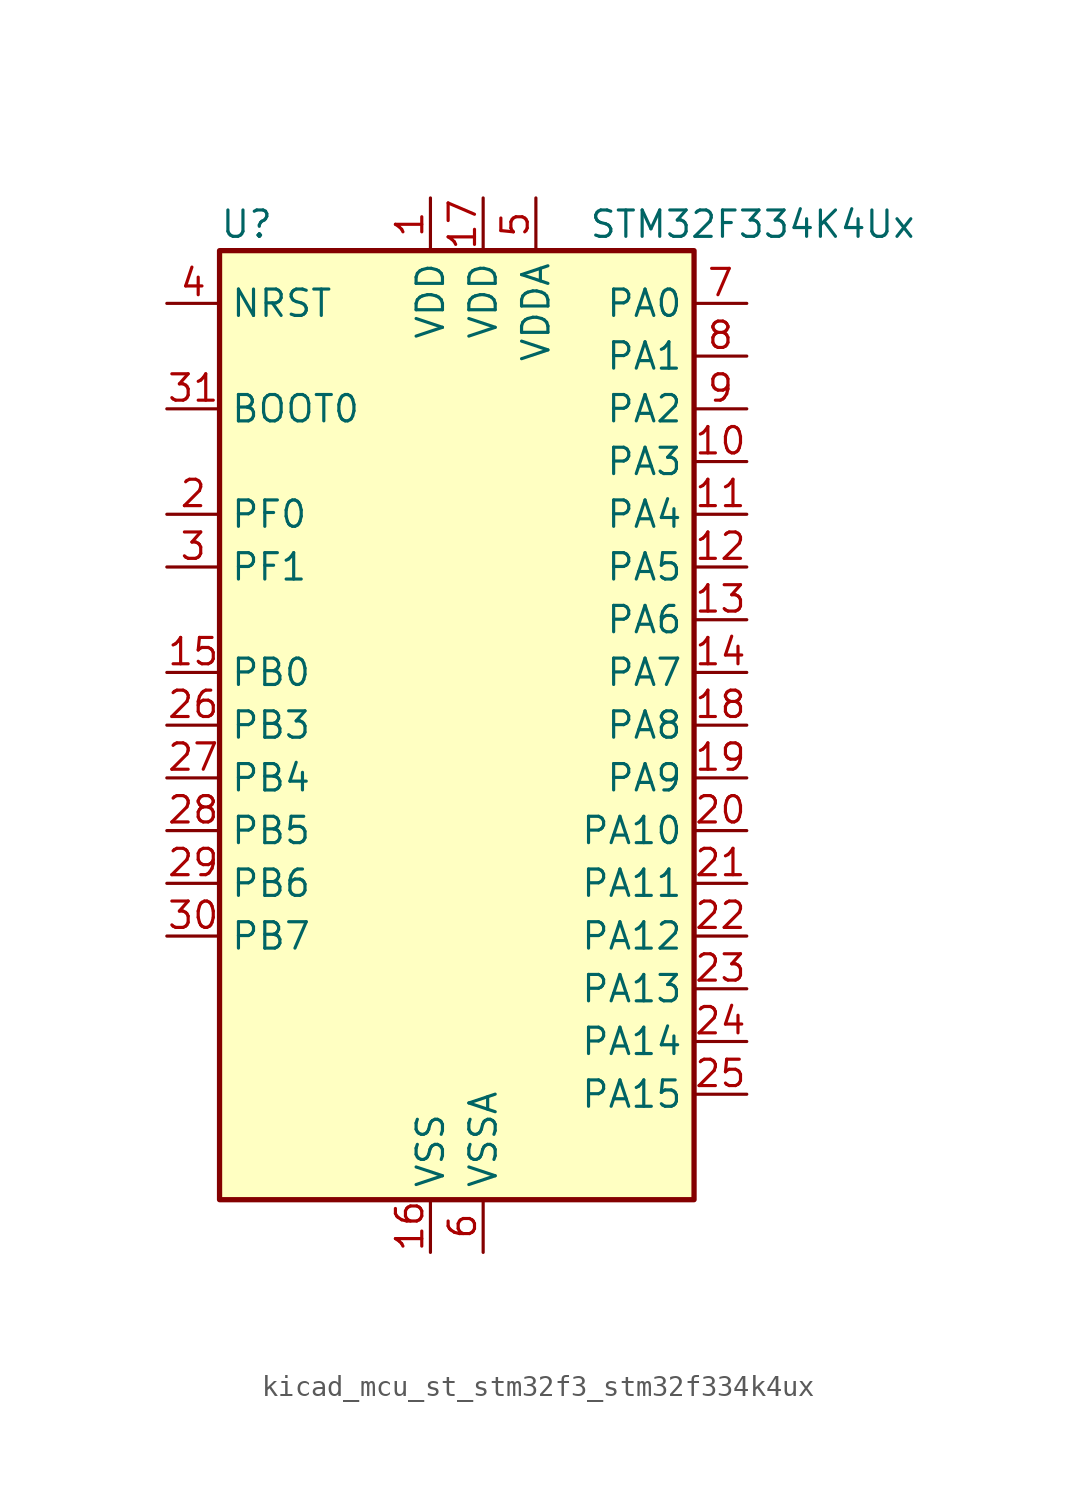
<source format=kicad_sym>
(kicad_symbol_lib
  (version 20220914)
  (generator kicad_symbol_editor)
  (symbol "kicad_mcu_st_stm32f3_stm32f334k4ux"
    (property "Reference" "U"
      (at -10.16 24.13 0)
      (effects (font (size 1.27 1.27)) (justify left)))
    (property "Value" "STM32F334K4Ux"
      (at 7.62 24.13 0)
      (effects (font (size 1.27 1.27)) (justify left)))
    (property "ki_locked" ""
      (at 0 0 0)
      (effects (font (size 1.27 1.27))))
    (symbol "kicad_mcu_st_stm32f3_stm32f334k4ux_0_1"
      (rectangle (start -10.16 -22.86) (end 12.7 22.86) (stroke (width 0.254) (type default)) (fill (type background))))
    (symbol "kicad_mcu_st_stm32f3_stm32f334k4ux_1_1"
      (pin power_in line (at 0 25.4 270) (length 2.54) (name "VDD" (effects (font (size 1.27 1.27)))) (number "1" (effects (font (size 1.27 1.27)))))
      (pin bidirectional line (at 15.24 12.7 180) (length 2.54) (name "PA3" (effects (font (size 1.27 1.27)))) (number "10" (effects (font (size 1.27 1.27)))) (alternate "ADC1_IN4" bidirectional line) (alternate "TIM15_CH2" bidirectional line) (alternate "TIM2_CH4" bidirectional line) (alternate "TSC_G1_IO4" bidirectional line) (alternate "USART2_RX" bidirectional line))
      (pin bidirectional line (at 15.24 10.16 180) (length 2.54) (name "PA4" (effects (font (size 1.27 1.27)))) (number "11" (effects (font (size 1.27 1.27)))) (alternate "ADC2_IN1" bidirectional line) (alternate "COMP2_INM" bidirectional line) (alternate "COMP4_INM" bidirectional line) (alternate "DAC1_OUT1" bidirectional line) (alternate "SPI1_NSS" bidirectional line) (alternate "TIM3_CH2" bidirectional line) (alternate "TSC_G2_IO1" bidirectional line) (alternate "USART2_CK" bidirectional line))
      (pin bidirectional line (at 15.24 7.62 180) (length 2.54) (name "PA5" (effects (font (size 1.27 1.27)))) (number "12" (effects (font (size 1.27 1.27)))) (alternate "ADC2_IN2" bidirectional line) (alternate "DAC1_OUT2" bidirectional line) (alternate "OPAMP2_VINM" bidirectional line) (alternate "OPAMP2_VINM_SEC" bidirectional line) (alternate "SPI1_SCK" bidirectional line) (alternate "TIM2_CH1" bidirectional line) (alternate "TIM2_ETR" bidirectional line) (alternate "TSC_G2_IO2" bidirectional line))
      (pin bidirectional line (at 15.24 5.08 180) (length 2.54) (name "PA6" (effects (font (size 1.27 1.27)))) (number "13" (effects (font (size 1.27 1.27)))) (alternate "ADC2_IN3" bidirectional line) (alternate "DAC2_OUT1" bidirectional line) (alternate "OPAMP2_DIG" bidirectional line) (alternate "OPAMP2_VOUT" bidirectional line) (alternate "SPI1_MISO" bidirectional line) (alternate "TIM16_CH1" bidirectional line) (alternate "TIM1_BKIN" bidirectional line) (alternate "TIM3_CH1" bidirectional line) (alternate "TSC_G2_IO3" bidirectional line))
      (pin bidirectional line (at 15.24 2.54 180) (length 2.54) (name "PA7" (effects (font (size 1.27 1.27)))) (number "14" (effects (font (size 1.27 1.27)))) (alternate "ADC2_IN4" bidirectional line) (alternate "COMP2_INP" bidirectional line) (alternate "OPAMP2_VINP" bidirectional line) (alternate "OPAMP2_VINP_SEC" bidirectional line) (alternate "SPI1_MOSI" bidirectional line) (alternate "TIM17_CH1" bidirectional line) (alternate "TIM1_CH1N" bidirectional line) (alternate "TIM3_CH2" bidirectional line) (alternate "TSC_G2_IO4" bidirectional line))
      (pin bidirectional line (at -12.7 2.54 0) (length 2.54) (name "PB0" (effects (font (size 1.27 1.27)))) (number "15" (effects (font (size 1.27 1.27)))) (alternate "ADC1_IN11" bidirectional line) (alternate "COMP4_INP" bidirectional line) (alternate "OPAMP2_VINP" bidirectional line) (alternate "OPAMP2_VINP_SEC" bidirectional line) (alternate "TIM1_CH2N" bidirectional line) (alternate "TIM3_CH3" bidirectional line) (alternate "TSC_G3_IO2" bidirectional line))
      (pin power_in line (at 0 -25.4 90) (length 2.54) (name "VSS" (effects (font (size 1.27 1.27)))) (number "16" (effects (font (size 1.27 1.27)))))
      (pin power_in line (at 2.54 25.4 270) (length 2.54) (name "VDD" (effects (font (size 1.27 1.27)))) (number "17" (effects (font (size 1.27 1.27)))))
      (pin bidirectional line (at 15.24 0 180) (length 2.54) (name "PA8" (effects (font (size 1.27 1.27)))) (number "18" (effects (font (size 1.27 1.27)))) (alternate "HRTIM1_CHA1" bidirectional line) (alternate "RCC_MCO" bidirectional line) (alternate "TIM1_CH1" bidirectional line) (alternate "USART1_CK" bidirectional line))
      (pin bidirectional line (at 15.24 -2.54 180) (length 2.54) (name "PA9" (effects (font (size 1.27 1.27)))) (number "19" (effects (font (size 1.27 1.27)))) (alternate "DAC1_EXTI9" bidirectional line) (alternate "DAC2_EXTI9" bidirectional line) (alternate "HRTIM1_CHA2" bidirectional line) (alternate "TIM15_BKIN" bidirectional line) (alternate "TIM1_CH2" bidirectional line) (alternate "TIM2_CH3" bidirectional line) (alternate "TSC_G4_IO1" bidirectional line) (alternate "USART1_TX" bidirectional line))
      (pin bidirectional line (at -12.7 10.16 0) (length 2.54) (name "PF0" (effects (font (size 1.27 1.27)))) (number "2" (effects (font (size 1.27 1.27)))) (alternate "RCC_OSC_IN" bidirectional line) (alternate "TIM1_CH3N" bidirectional line))
      (pin bidirectional line (at 15.24 -5.08 180) (length 2.54) (name "PA10" (effects (font (size 1.27 1.27)))) (number "20" (effects (font (size 1.27 1.27)))) (alternate "HRTIM1_CHB1" bidirectional line) (alternate "TIM17_BKIN" bidirectional line) (alternate "TIM1_CH3" bidirectional line) (alternate "TIM2_CH4" bidirectional line) (alternate "TSC_G4_IO2" bidirectional line) (alternate "USART1_RX" bidirectional line))
      (pin bidirectional line (at 15.24 -7.62 180) (length 2.54) (name "PA11" (effects (font (size 1.27 1.27)))) (number "21" (effects (font (size 1.27 1.27)))) (alternate "ADC1_EXTI11" bidirectional line) (alternate "ADC2_EXTI11" bidirectional line) (alternate "CAN_RX" bidirectional line) (alternate "HRTIM1_CHB2" bidirectional line) (alternate "TIM1_BKIN2" bidirectional line) (alternate "TIM1_CH1N" bidirectional line) (alternate "TIM1_CH4" bidirectional line) (alternate "USART1_CTS" bidirectional line))
      (pin bidirectional line (at 15.24 -10.16 180) (length 2.54) (name "PA12" (effects (font (size 1.27 1.27)))) (number "22" (effects (font (size 1.27 1.27)))) (alternate "CAN_TX" bidirectional line) (alternate "COMP2_OUT" bidirectional line) (alternate "HRTIM1_FLT1" bidirectional line) (alternate "TIM16_CH1" bidirectional line) (alternate "TIM1_CH2N" bidirectional line) (alternate "TIM1_ETR" bidirectional line) (alternate "USART1_DE" bidirectional line) (alternate "USART1_RTS" bidirectional line))
      (pin bidirectional line (at 15.24 -12.7 180) (length 2.54) (name "PA13" (effects (font (size 1.27 1.27)))) (number "23" (effects (font (size 1.27 1.27)))) (alternate "IR_OUT" bidirectional line) (alternate "SYS_JTMS-SWDIO" bidirectional line) (alternate "TIM16_CH1N" bidirectional line) (alternate "TSC_G4_IO3" bidirectional line))
      (pin bidirectional line (at 15.24 -15.24 180) (length 2.54) (name "PA14" (effects (font (size 1.27 1.27)))) (number "24" (effects (font (size 1.27 1.27)))) (alternate "I2C1_SDA" bidirectional line) (alternate "SYS_JTCK-SWCLK" bidirectional line) (alternate "TIM1_BKIN" bidirectional line) (alternate "TSC_G4_IO4" bidirectional line) (alternate "USART2_TX" bidirectional line))
      (pin bidirectional line (at 15.24 -17.78 180) (length 2.54) (name "PA15" (effects (font (size 1.27 1.27)))) (number "25" (effects (font (size 1.27 1.27)))) (alternate "ADC1_EXTI15" bidirectional line) (alternate "ADC2_EXTI15" bidirectional line) (alternate "HRTIM1_FLT2" bidirectional line) (alternate "I2C1_SCL" bidirectional line) (alternate "SPI1_NSS" bidirectional line) (alternate "SYS_JTDI" bidirectional line) (alternate "TIM1_BKIN" bidirectional line) (alternate "TIM2_CH1" bidirectional line) (alternate "TIM2_ETR" bidirectional line) (alternate "TSC_SYNC" bidirectional line) (alternate "USART2_RX" bidirectional line))
      (pin bidirectional line (at -12.7 0 0) (length 2.54) (name "PB3" (effects (font (size 1.27 1.27)))) (number "26" (effects (font (size 1.27 1.27)))) (alternate "HRTIM1_EEV9" bidirectional line) (alternate "HRTIM1_SCOUT" bidirectional line) (alternate "SPI1_SCK" bidirectional line) (alternate "SYS_JTDO-TRACESWO" bidirectional line) (alternate "TIM2_CH2" bidirectional line) (alternate "TIM3_ETR" bidirectional line) (alternate "TSC_G5_IO1" bidirectional line) (alternate "USART2_TX" bidirectional line))
      (pin bidirectional line (at -12.7 -2.54 0) (length 2.54) (name "PB4" (effects (font (size 1.27 1.27)))) (number "27" (effects (font (size 1.27 1.27)))) (alternate "HRTIM1_EEV7" bidirectional line) (alternate "SPI1_MISO" bidirectional line) (alternate "SYS_NJTRST" bidirectional line) (alternate "TIM16_CH1" bidirectional line) (alternate "TIM17_BKIN" bidirectional line) (alternate "TIM3_CH1" bidirectional line) (alternate "TSC_G5_IO2" bidirectional line) (alternate "USART2_RX" bidirectional line))
      (pin bidirectional line (at -12.7 -5.08 0) (length 2.54) (name "PB5" (effects (font (size 1.27 1.27)))) (number "28" (effects (font (size 1.27 1.27)))) (alternate "HRTIM1_EEV6" bidirectional line) (alternate "I2C1_SMBA" bidirectional line) (alternate "SPI1_MOSI" bidirectional line) (alternate "TIM16_BKIN" bidirectional line) (alternate "TIM17_CH1" bidirectional line) (alternate "TIM3_CH2" bidirectional line) (alternate "USART2_CK" bidirectional line))
      (pin bidirectional line (at -12.7 -7.62 0) (length 2.54) (name "PB6" (effects (font (size 1.27 1.27)))) (number "29" (effects (font (size 1.27 1.27)))) (alternate "HRTIM1_EEV4" bidirectional line) (alternate "HRTIM1_SCIN" bidirectional line) (alternate "I2C1_SCL" bidirectional line) (alternate "TIM16_CH1N" bidirectional line) (alternate "TSC_G5_IO3" bidirectional line) (alternate "USART1_TX" bidirectional line))
      (pin bidirectional line (at -12.7 7.62 0) (length 2.54) (name "PF1" (effects (font (size 1.27 1.27)))) (number "3" (effects (font (size 1.27 1.27)))) (alternate "RCC_OSC_OUT" bidirectional line))
      (pin bidirectional line (at -12.7 -10.16 0) (length 2.54) (name "PB7" (effects (font (size 1.27 1.27)))) (number "30" (effects (font (size 1.27 1.27)))) (alternate "HRTIM1_EEV3" bidirectional line) (alternate "I2C1_SDA" bidirectional line) (alternate "TIM17_CH1N" bidirectional line) (alternate "TIM3_CH4" bidirectional line) (alternate "TSC_G5_IO4" bidirectional line) (alternate "USART1_RX" bidirectional line))
      (pin input line (at -12.7 15.24 0) (length 2.54) (name "BOOT0" (effects (font (size 1.27 1.27)))) (number "31" (effects (font (size 1.27 1.27)))))
      (pin passive line (at 0 -25.4 90) (length 2.54) hide (name "VSS" (effects (font (size 1.27 1.27)))) (number "32" (effects (font (size 1.27 1.27)))))
      (pin passive line (at 0 -25.4 90) (length 2.54) hide (name "VSS" (effects (font (size 1.27 1.27)))) (number "33" (effects (font (size 1.27 1.27)))))
      (pin input line (at -12.7 20.32 0) (length 2.54) (name "NRST" (effects (font (size 1.27 1.27)))) (number "4" (effects (font (size 1.27 1.27)))))
      (pin power_in line (at 5.08 25.4 270) (length 2.54) (name "VDDA" (effects (font (size 1.27 1.27)))) (number "5" (effects (font (size 1.27 1.27)))))
      (pin power_in line (at 2.54 -25.4 90) (length 2.54) (name "VSSA" (effects (font (size 1.27 1.27)))) (number "6" (effects (font (size 1.27 1.27)))))
      (pin bidirectional line (at 15.24 20.32 180) (length 2.54) (name "PA0" (effects (font (size 1.27 1.27)))) (number "7" (effects (font (size 1.27 1.27)))) (alternate "ADC1_IN1" bidirectional line) (alternate "RTC_TAMP2" bidirectional line) (alternate "SYS_WKUP1" bidirectional line) (alternate "TIM2_CH1" bidirectional line) (alternate "TIM2_ETR" bidirectional line) (alternate "TSC_G1_IO1" bidirectional line) (alternate "USART2_CTS" bidirectional line))
      (pin bidirectional line (at 15.24 17.78 180) (length 2.54) (name "PA1" (effects (font (size 1.27 1.27)))) (number "8" (effects (font (size 1.27 1.27)))) (alternate "ADC1_IN2" bidirectional line) (alternate "RTC_REFIN" bidirectional line) (alternate "TIM15_CH1N" bidirectional line) (alternate "TIM2_CH2" bidirectional line) (alternate "TSC_G1_IO2" bidirectional line) (alternate "USART2_DE" bidirectional line) (alternate "USART2_RTS" bidirectional line))
      (pin bidirectional line (at 15.24 15.24 180) (length 2.54) (name "PA2" (effects (font (size 1.27 1.27)))) (number "9" (effects (font (size 1.27 1.27)))) (alternate "ADC1_IN3" bidirectional line) (alternate "COMP2_INM" bidirectional line) (alternate "COMP2_OUT" bidirectional line) (alternate "TIM15_CH1" bidirectional line) (alternate "TIM2_CH3" bidirectional line) (alternate "TSC_G1_IO3" bidirectional line) (alternate "USART2_TX" bidirectional line)))))
</source>
